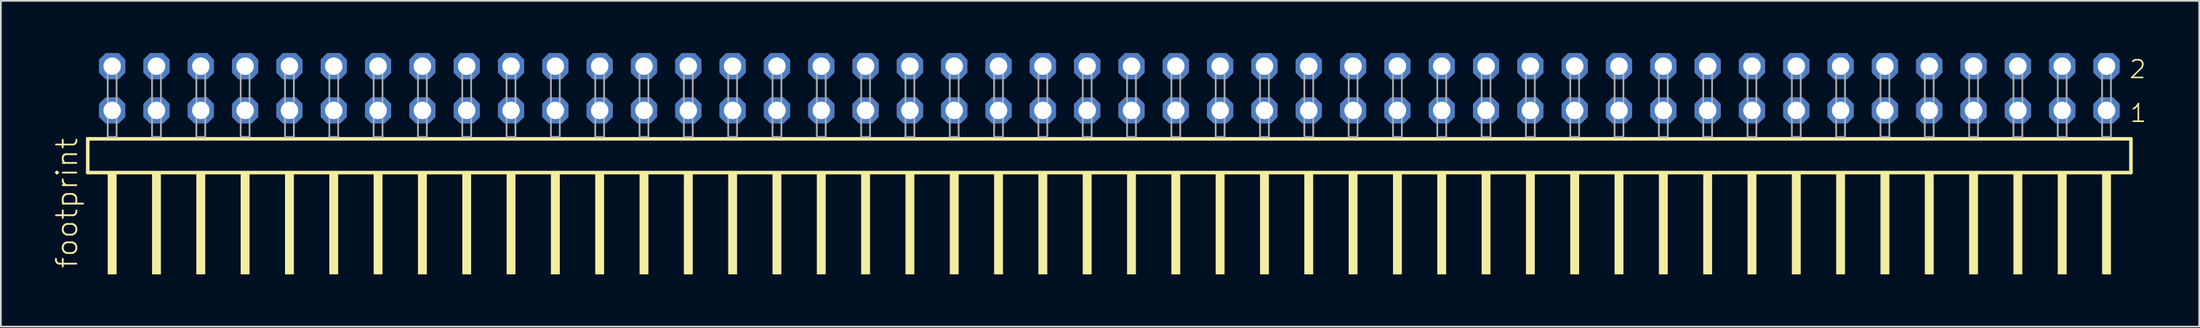
<source format=kicad_pcb>
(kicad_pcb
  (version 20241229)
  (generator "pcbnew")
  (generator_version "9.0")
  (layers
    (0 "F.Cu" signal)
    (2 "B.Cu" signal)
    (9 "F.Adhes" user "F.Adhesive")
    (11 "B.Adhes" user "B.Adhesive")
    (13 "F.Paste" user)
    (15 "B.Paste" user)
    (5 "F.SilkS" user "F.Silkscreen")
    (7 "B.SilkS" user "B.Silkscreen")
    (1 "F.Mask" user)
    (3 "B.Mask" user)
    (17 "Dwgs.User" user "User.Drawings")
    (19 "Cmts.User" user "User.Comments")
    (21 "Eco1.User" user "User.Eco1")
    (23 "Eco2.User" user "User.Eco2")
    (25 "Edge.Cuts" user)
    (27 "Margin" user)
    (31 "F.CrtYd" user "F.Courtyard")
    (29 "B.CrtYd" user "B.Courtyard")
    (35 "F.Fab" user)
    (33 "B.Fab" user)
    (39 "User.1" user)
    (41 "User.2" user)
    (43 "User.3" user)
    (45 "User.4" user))
  (footprint "footprint"
    (layer "F.Cu")
    (at 60.528 4.814)
    (property "Reference" "footprint" (at -59.055 7.62 90) (layer "F.SilkS") (effects (font (size 1.168 1.168) (thickness 0.102)) (justify left bottom)))
    (fp_line (start -58.549 0.106) (end -58.549 2.046) (stroke (width 0.203) (type solid)) (layer "F.SilkS"))
    (fp_line (start -58.549 2.046) (end 58.549 2.046) (stroke (width 0.203) (type solid)) (layer "F.SilkS"))
    (fp_line (start 58.549 0.106) (end -58.549 0.106) (stroke (width 0.203) (type solid)) (layer "F.SilkS"))
    (fp_line (start 58.549 2.046) (end 58.549 0.106) (stroke (width 0.203) (type solid)) (layer "F.SilkS"))
    (fp_poly (pts (xy -57.404 7.89) (xy -56.896 7.89) (xy -56.896 2.04) (xy -57.404 2.04)) (stroke (width 0) (type solid)) (fill yes) (layer "F.SilkS"))
    (fp_poly (pts (xy -54.864 7.89) (xy -54.356 7.89) (xy -54.356 2.04) (xy -54.864 2.04)) (stroke (width 0) (type solid)) (fill yes) (layer "F.SilkS"))
    (fp_poly (pts (xy -52.324 7.89) (xy -51.816 7.89) (xy -51.816 2.04) (xy -52.324 2.04)) (stroke (width 0) (type solid)) (fill yes) (layer "F.SilkS"))
    (fp_poly (pts (xy -49.784 7.89) (xy -49.276 7.89) (xy -49.276 2.04) (xy -49.784 2.04)) (stroke (width 0) (type solid)) (fill yes) (layer "F.SilkS"))
    (fp_poly (pts (xy -47.244 7.89) (xy -46.736 7.89) (xy -46.736 2.04) (xy -47.244 2.04)) (stroke (width 0) (type solid)) (fill yes) (layer "F.SilkS"))
    (fp_poly (pts (xy -44.704 7.89) (xy -44.196 7.89) (xy -44.196 2.04) (xy -44.704 2.04)) (stroke (width 0) (type solid)) (fill yes) (layer "F.SilkS"))
    (fp_poly (pts (xy -42.164 7.89) (xy -41.656 7.89) (xy -41.656 2.04) (xy -42.164 2.04)) (stroke (width 0) (type solid)) (fill yes) (layer "F.SilkS"))
    (fp_poly (pts (xy -39.624 7.89) (xy -39.116 7.89) (xy -39.116 2.04) (xy -39.624 2.04)) (stroke (width 0) (type solid)) (fill yes) (layer "F.SilkS"))
    (fp_poly (pts (xy -37.084 7.89) (xy -36.576 7.89) (xy -36.576 2.04) (xy -37.084 2.04)) (stroke (width 0) (type solid)) (fill yes) (layer "F.SilkS"))
    (fp_poly (pts (xy -34.544 7.89) (xy -34.036 7.89) (xy -34.036 2.04) (xy -34.544 2.04)) (stroke (width 0) (type solid)) (fill yes) (layer "F.SilkS"))
    (fp_poly (pts (xy -32.004 7.89) (xy -31.496 7.89) (xy -31.496 2.04) (xy -32.004 2.04)) (stroke (width 0) (type solid)) (fill yes) (layer "F.SilkS"))
    (fp_poly (pts (xy -29.464 7.89) (xy -28.956 7.89) (xy -28.956 2.04) (xy -29.464 2.04)) (stroke (width 0) (type solid)) (fill yes) (layer "F.SilkS"))
    (fp_poly (pts (xy -26.924 7.89) (xy -26.416 7.89) (xy -26.416 2.04) (xy -26.924 2.04)) (stroke (width 0) (type solid)) (fill yes) (layer "F.SilkS"))
    (fp_poly (pts (xy -24.384 7.89) (xy -23.876 7.89) (xy -23.876 2.04) (xy -24.384 2.04)) (stroke (width 0) (type solid)) (fill yes) (layer "F.SilkS"))
    (fp_poly (pts (xy -21.844 7.89) (xy -21.336 7.89) (xy -21.336 2.04) (xy -21.844 2.04)) (stroke (width 0) (type solid)) (fill yes) (layer "F.SilkS"))
    (fp_poly (pts (xy -19.304 7.89) (xy -18.796 7.89) (xy -18.796 2.04) (xy -19.304 2.04)) (stroke (width 0) (type solid)) (fill yes) (layer "F.SilkS"))
    (fp_poly (pts (xy -16.764 7.89) (xy -16.256 7.89) (xy -16.256 2.04) (xy -16.764 2.04)) (stroke (width 0) (type solid)) (fill yes) (layer "F.SilkS"))
    (fp_poly (pts (xy -14.224 7.89) (xy -13.716 7.89) (xy -13.716 2.04) (xy -14.224 2.04)) (stroke (width 0) (type solid)) (fill yes) (layer "F.SilkS"))
    (fp_poly (pts (xy -11.684 7.89) (xy -11.176 7.89) (xy -11.176 2.04) (xy -11.684 2.04)) (stroke (width 0) (type solid)) (fill yes) (layer "F.SilkS"))
    (fp_poly (pts (xy -9.144 7.89) (xy -8.636 7.89) (xy -8.636 2.04) (xy -9.144 2.04)) (stroke (width 0) (type solid)) (fill yes) (layer "F.SilkS"))
    (fp_poly (pts (xy -6.604 7.89) (xy -6.096 7.89) (xy -6.096 2.04) (xy -6.604 2.04)) (stroke (width 0) (type solid)) (fill yes) (layer "F.SilkS"))
    (fp_poly (pts (xy -4.064 7.89) (xy -3.556 7.89) (xy -3.556 2.04) (xy -4.064 2.04)) (stroke (width 0) (type solid)) (fill yes) (layer "F.SilkS"))
    (fp_poly (pts (xy -1.524 7.89) (xy -1.016 7.89) (xy -1.016 2.04) (xy -1.524 2.04)) (stroke (width 0) (type solid)) (fill yes) (layer "F.SilkS"))
    (fp_poly (pts (xy 1.016 7.89) (xy 1.524 7.89) (xy 1.524 2.04) (xy 1.016 2.04)) (stroke (width 0) (type solid)) (fill yes) (layer "F.SilkS"))
    (fp_poly (pts (xy 3.556 7.89) (xy 4.064 7.89) (xy 4.064 2.04) (xy 3.556 2.04)) (stroke (width 0) (type solid)) (fill yes) (layer "F.SilkS"))
    (fp_poly (pts (xy 6.096 7.89) (xy 6.604 7.89) (xy 6.604 2.04) (xy 6.096 2.04)) (stroke (width 0) (type solid)) (fill yes) (layer "F.SilkS"))
    (fp_poly (pts (xy 8.636 7.89) (xy 9.144 7.89) (xy 9.144 2.04) (xy 8.636 2.04)) (stroke (width 0) (type solid)) (fill yes) (layer "F.SilkS"))
    (fp_poly (pts (xy 11.176 7.89) (xy 11.684 7.89) (xy 11.684 2.04) (xy 11.176 2.04)) (stroke (width 0) (type solid)) (fill yes) (layer "F.SilkS"))
    (fp_poly (pts (xy 13.716 7.89) (xy 14.224 7.89) (xy 14.224 2.04) (xy 13.716 2.04)) (stroke (width 0) (type solid)) (fill yes) (layer "F.SilkS"))
    (fp_poly (pts (xy 16.256 7.89) (xy 16.764 7.89) (xy 16.764 2.04) (xy 16.256 2.04)) (stroke (width 0) (type solid)) (fill yes) (layer "F.SilkS"))
    (fp_poly (pts (xy 18.796 7.89) (xy 19.304 7.89) (xy 19.304 2.04) (xy 18.796 2.04)) (stroke (width 0) (type solid)) (fill yes) (layer "F.SilkS"))
    (fp_poly (pts (xy 21.336 7.89) (xy 21.844 7.89) (xy 21.844 2.04) (xy 21.336 2.04)) (stroke (width 0) (type solid)) (fill yes) (layer "F.SilkS"))
    (fp_poly (pts (xy 23.876 7.89) (xy 24.384 7.89) (xy 24.384 2.04) (xy 23.876 2.04)) (stroke (width 0) (type solid)) (fill yes) (layer "F.SilkS"))
    (fp_poly (pts (xy 26.416 7.89) (xy 26.924 7.89) (xy 26.924 2.04) (xy 26.416 2.04)) (stroke (width 0) (type solid)) (fill yes) (layer "F.SilkS"))
    (fp_poly (pts (xy 28.956 7.89) (xy 29.464 7.89) (xy 29.464 2.04) (xy 28.956 2.04)) (stroke (width 0) (type solid)) (fill yes) (layer "F.SilkS"))
    (fp_poly (pts (xy 31.496 7.89) (xy 32.004 7.89) (xy 32.004 2.04) (xy 31.496 2.04)) (stroke (width 0) (type solid)) (fill yes) (layer "F.SilkS"))
    (fp_poly (pts (xy 34.036 7.89) (xy 34.544 7.89) (xy 34.544 2.04) (xy 34.036 2.04)) (stroke (width 0) (type solid)) (fill yes) (layer "F.SilkS"))
    (fp_poly (pts (xy 36.576 7.89) (xy 37.084 7.89) (xy 37.084 2.04) (xy 36.576 2.04)) (stroke (width 0) (type solid)) (fill yes) (layer "F.SilkS"))
    (fp_poly (pts (xy 39.116 7.89) (xy 39.624 7.89) (xy 39.624 2.04) (xy 39.116 2.04)) (stroke (width 0) (type solid)) (fill yes) (layer "F.SilkS"))
    (fp_poly (pts (xy 41.656 7.89) (xy 42.164 7.89) (xy 42.164 2.04) (xy 41.656 2.04)) (stroke (width 0) (type solid)) (fill yes) (layer "F.SilkS"))
    (fp_poly (pts (xy 44.196 7.89) (xy 44.704 7.89) (xy 44.704 2.04) (xy 44.196 2.04)) (stroke (width 0) (type solid)) (fill yes) (layer "F.SilkS"))
    (fp_poly (pts (xy 46.736 7.89) (xy 47.244 7.89) (xy 47.244 2.04) (xy 46.736 2.04)) (stroke (width 0) (type solid)) (fill yes) (layer "F.SilkS"))
    (fp_poly (pts (xy 49.276 7.89) (xy 49.784 7.89) (xy 49.784 2.04) (xy 49.276 2.04)) (stroke (width 0) (type solid)) (fill yes) (layer "F.SilkS"))
    (fp_poly (pts (xy 51.816 7.89) (xy 52.324 7.89) (xy 52.324 2.04) (xy 51.816 2.04)) (stroke (width 0) (type solid)) (fill yes) (layer "F.SilkS"))
    (fp_poly (pts (xy 54.356 7.89) (xy 54.864 7.89) (xy 54.864 2.04) (xy 54.356 2.04)) (stroke (width 0) (type solid)) (fill yes) (layer "F.SilkS"))
    (fp_poly (pts (xy 56.896 7.89) (xy 57.404 7.89) (xy 57.404 2.04) (xy 56.896 2.04)) (stroke (width 0) (type solid)) (fill yes) (layer "F.SilkS"))
    (fp_poly (pts (xy -57.404 0) (xy -56.896 0) (xy -56.896 -4.318) (xy -57.404 -4.318)) (stroke (width 0.1) (type solid)) (fill no) (layer "F.Fab"))
    (fp_poly (pts (xy -54.864 0) (xy -54.356 0) (xy -54.356 -4.318) (xy -54.864 -4.318)) (stroke (width 0.1) (type solid)) (fill no) (layer "F.Fab"))
    (fp_poly (pts (xy -52.324 0) (xy -51.816 0) (xy -51.816 -4.318) (xy -52.324 -4.318)) (stroke (width 0.1) (type solid)) (fill no) (layer "F.Fab"))
    (fp_poly (pts (xy -49.784 0) (xy -49.276 0) (xy -49.276 -4.318) (xy -49.784 -4.318)) (stroke (width 0.1) (type solid)) (fill no) (layer "F.Fab"))
    (fp_poly (pts (xy -47.244 0) (xy -46.736 0) (xy -46.736 -4.318) (xy -47.244 -4.318)) (stroke (width 0.1) (type solid)) (fill no) (layer "F.Fab"))
    (fp_poly (pts (xy -44.704 0) (xy -44.196 0) (xy -44.196 -4.318) (xy -44.704 -4.318)) (stroke (width 0.1) (type solid)) (fill no) (layer "F.Fab"))
    (fp_poly (pts (xy -42.164 0) (xy -41.656 0) (xy -41.656 -4.318) (xy -42.164 -4.318)) (stroke (width 0.1) (type solid)) (fill no) (layer "F.Fab"))
    (fp_poly (pts (xy -39.624 0) (xy -39.116 0) (xy -39.116 -4.318) (xy -39.624 -4.318)) (stroke (width 0.1) (type solid)) (fill no) (layer "F.Fab"))
    (fp_poly (pts (xy -37.084 0) (xy -36.576 0) (xy -36.576 -4.318) (xy -37.084 -4.318)) (stroke (width 0.1) (type solid)) (fill no) (layer "F.Fab"))
    (fp_poly (pts (xy -34.544 0) (xy -34.036 0) (xy -34.036 -4.318) (xy -34.544 -4.318)) (stroke (width 0.1) (type solid)) (fill no) (layer "F.Fab"))
    (fp_poly (pts (xy -32.004 0) (xy -31.496 0) (xy -31.496 -4.318) (xy -32.004 -4.318)) (stroke (width 0.1) (type solid)) (fill no) (layer "F.Fab"))
    (fp_poly (pts (xy -29.464 0) (xy -28.956 0) (xy -28.956 -4.318) (xy -29.464 -4.318)) (stroke (width 0.1) (type solid)) (fill no) (layer "F.Fab"))
    (fp_poly (pts (xy -26.924 0) (xy -26.416 0) (xy -26.416 -4.318) (xy -26.924 -4.318)) (stroke (width 0.1) (type solid)) (fill no) (layer "F.Fab"))
    (fp_poly (pts (xy -24.384 0) (xy -23.876 0) (xy -23.876 -4.318) (xy -24.384 -4.318)) (stroke (width 0.1) (type solid)) (fill no) (layer "F.Fab"))
    (fp_poly (pts (xy -21.844 0) (xy -21.336 0) (xy -21.336 -4.318) (xy -21.844 -4.318)) (stroke (width 0.1) (type solid)) (fill no) (layer "F.Fab"))
    (fp_poly (pts (xy -19.304 0) (xy -18.796 0) (xy -18.796 -4.318) (xy -19.304 -4.318)) (stroke (width 0.1) (type solid)) (fill no) (layer "F.Fab"))
    (fp_poly (pts (xy -16.764 0) (xy -16.256 0) (xy -16.256 -4.318) (xy -16.764 -4.318)) (stroke (width 0.1) (type solid)) (fill no) (layer "F.Fab"))
    (fp_poly (pts (xy -14.224 0) (xy -13.716 0) (xy -13.716 -4.318) (xy -14.224 -4.318)) (stroke (width 0.1) (type solid)) (fill no) (layer "F.Fab"))
    (fp_poly (pts (xy -11.684 0) (xy -11.176 0) (xy -11.176 -4.318) (xy -11.684 -4.318)) (stroke (width 0.1) (type solid)) (fill no) (layer "F.Fab"))
    (fp_poly (pts (xy -9.144 0) (xy -8.636 0) (xy -8.636 -4.318) (xy -9.144 -4.318)) (stroke (width 0.1) (type solid)) (fill no) (layer "F.Fab"))
    (fp_poly (pts (xy -6.604 0) (xy -6.096 0) (xy -6.096 -4.318) (xy -6.604 -4.318)) (stroke (width 0.1) (type solid)) (fill no) (layer "F.Fab"))
    (fp_poly (pts (xy -4.064 0) (xy -3.556 0) (xy -3.556 -4.318) (xy -4.064 -4.318)) (stroke (width 0.1) (type solid)) (fill no) (layer "F.Fab"))
    (fp_poly (pts (xy -1.524 0) (xy -1.016 0) (xy -1.016 -4.318) (xy -1.524 -4.318)) (stroke (width 0.1) (type solid)) (fill no) (layer "F.Fab"))
    (fp_poly (pts (xy 1.016 0) (xy 1.524 0) (xy 1.524 -4.318) (xy 1.016 -4.318)) (stroke (width 0.1) (type solid)) (fill no) (layer "F.Fab"))
    (fp_poly (pts (xy 3.556 0) (xy 4.064 0) (xy 4.064 -4.318) (xy 3.556 -4.318)) (stroke (width 0.1) (type solid)) (fill no) (layer "F.Fab"))
    (fp_poly (pts (xy 6.096 0) (xy 6.604 0) (xy 6.604 -4.318) (xy 6.096 -4.318)) (stroke (width 0.1) (type solid)) (fill no) (layer "F.Fab"))
    (fp_poly (pts (xy 8.636 0) (xy 9.144 0) (xy 9.144 -4.318) (xy 8.636 -4.318)) (stroke (width 0.1) (type solid)) (fill no) (layer "F.Fab"))
    (fp_poly (pts (xy 11.176 0) (xy 11.684 0) (xy 11.684 -4.318) (xy 11.176 -4.318)) (stroke (width 0.1) (type solid)) (fill no) (layer "F.Fab"))
    (fp_poly (pts (xy 13.716 0) (xy 14.224 0) (xy 14.224 -4.318) (xy 13.716 -4.318)) (stroke (width 0.1) (type solid)) (fill no) (layer "F.Fab"))
    (fp_poly (pts (xy 16.256 0) (xy 16.764 0) (xy 16.764 -4.318) (xy 16.256 -4.318)) (stroke (width 0.1) (type solid)) (fill no) (layer "F.Fab"))
    (fp_poly (pts (xy 18.796 0) (xy 19.304 0) (xy 19.304 -4.318) (xy 18.796 -4.318)) (stroke (width 0.1) (type solid)) (fill no) (layer "F.Fab"))
    (fp_poly (pts (xy 21.336 0) (xy 21.844 0) (xy 21.844 -4.318) (xy 21.336 -4.318)) (stroke (width 0.1) (type solid)) (fill no) (layer "F.Fab"))
    (fp_poly (pts (xy 23.876 0) (xy 24.384 0) (xy 24.384 -4.318) (xy 23.876 -4.318)) (stroke (width 0.1) (type solid)) (fill no) (layer "F.Fab"))
    (fp_poly (pts (xy 26.416 0) (xy 26.924 0) (xy 26.924 -4.318) (xy 26.416 -4.318)) (stroke (width 0.1) (type solid)) (fill no) (layer "F.Fab"))
    (fp_poly (pts (xy 28.956 0) (xy 29.464 0) (xy 29.464 -4.318) (xy 28.956 -4.318)) (stroke (width 0.1) (type solid)) (fill no) (layer "F.Fab"))
    (fp_poly (pts (xy 31.496 0) (xy 32.004 0) (xy 32.004 -4.318) (xy 31.496 -4.318)) (stroke (width 0.1) (type solid)) (fill no) (layer "F.Fab"))
    (fp_poly (pts (xy 34.036 0) (xy 34.544 0) (xy 34.544 -4.318) (xy 34.036 -4.318)) (stroke (width 0.1) (type solid)) (fill no) (layer "F.Fab"))
    (fp_poly (pts (xy 36.576 0) (xy 37.084 0) (xy 37.084 -4.318) (xy 36.576 -4.318)) (stroke (width 0.1) (type solid)) (fill no) (layer "F.Fab"))
    (fp_poly (pts (xy 39.116 0) (xy 39.624 0) (xy 39.624 -4.318) (xy 39.116 -4.318)) (stroke (width 0.1) (type solid)) (fill no) (layer "F.Fab"))
    (fp_poly (pts (xy 41.656 0) (xy 42.164 0) (xy 42.164 -4.318) (xy 41.656 -4.318)) (stroke (width 0.1) (type solid)) (fill no) (layer "F.Fab"))
    (fp_poly (pts (xy 44.196 0) (xy 44.704 0) (xy 44.704 -4.318) (xy 44.196 -4.318)) (stroke (width 0.1) (type solid)) (fill no) (layer "F.Fab"))
    (fp_poly (pts (xy 46.736 0) (xy 47.244 0) (xy 47.244 -4.318) (xy 46.736 -4.318)) (stroke (width 0.1) (type solid)) (fill no) (layer "F.Fab"))
    (fp_poly (pts (xy 49.276 0) (xy 49.784 0) (xy 49.784 -4.318) (xy 49.276 -4.318)) (stroke (width 0.1) (type solid)) (fill no) (layer "F.Fab"))
    (fp_poly (pts (xy 51.816 0) (xy 52.324 0) (xy 52.324 -4.318) (xy 51.816 -4.318)) (stroke (width 0.1) (type solid)) (fill no) (layer "F.Fab"))
    (fp_poly (pts (xy 54.356 0) (xy 54.864 0) (xy 54.864 -4.318) (xy 54.356 -4.318)) (stroke (width 0.1) (type solid)) (fill no) (layer "F.Fab"))
    (fp_poly (pts (xy 56.896 0) (xy 57.404 0) (xy 57.404 -4.318) (xy 56.896 -4.318)) (stroke (width 0.1) (type solid)) (fill no) (layer "F.Fab"))
    (fp_text user "1" (at 58.435 -0.775 0) (layer "F.SilkS") (effects (font (size 1.012 1.012) (thickness 0.088)) (justify left bottom)))
    (fp_text user "2" (at 58.4 -3.29 0) (layer "F.SilkS") (effects (font (size 1.012 1.012) (thickness 0.088)) (justify left bottom)))
    (pad "1" thru_hole roundrect (at 57.15 -1.524 180) (size 1.5 1.5) (drill 1) (layers "*.Cu" "*.Mask") (roundrect_rratio 0.25) (chamfer_ratio 0.25) (chamfer top_left top_right bottom_left bottom_right))
    (pad "2" thru_hole roundrect (at 57.15 -4.064 180) (size 1.5 1.5) (drill 1) (layers "*.Cu" "*.Mask") (roundrect_rratio 0.25) (chamfer_ratio 0.25) (chamfer top_left top_right bottom_left bottom_right))
    (pad "3" thru_hole roundrect (at 54.61 -1.524 180) (size 1.5 1.5) (drill 1) (layers "*.Cu" "*.Mask") (roundrect_rratio 0.25) (chamfer_ratio 0.25) (chamfer top_left top_right bottom_left bottom_right))
    (pad "4" thru_hole roundrect (at 54.61 -4.064 180) (size 1.5 1.5) (drill 1) (layers "*.Cu" "*.Mask") (roundrect_rratio 0.25) (chamfer_ratio 0.25) (chamfer top_left top_right bottom_left bottom_right))
    (pad "5" thru_hole roundrect (at 52.07 -1.524 180) (size 1.5 1.5) (drill 1) (layers "*.Cu" "*.Mask") (roundrect_rratio 0.25) (chamfer_ratio 0.25) (chamfer top_left top_right bottom_left bottom_right))
    (pad "6" thru_hole roundrect (at 52.07 -4.064 180) (size 1.5 1.5) (drill 1) (layers "*.Cu" "*.Mask") (roundrect_rratio 0.25) (chamfer_ratio 0.25) (chamfer top_left top_right bottom_left bottom_right))
    (pad "7" thru_hole roundrect (at 49.53 -1.524 180) (size 1.5 1.5) (drill 1) (layers "*.Cu" "*.Mask") (roundrect_rratio 0.25) (chamfer_ratio 0.25) (chamfer top_left top_right bottom_left bottom_right))
    (pad "8" thru_hole roundrect (at 49.53 -4.064 180) (size 1.5 1.5) (drill 1) (layers "*.Cu" "*.Mask") (roundrect_rratio 0.25) (chamfer_ratio 0.25) (chamfer top_left top_right bottom_left bottom_right))
    (pad "9" thru_hole roundrect (at 46.99 -1.524 180) (size 1.5 1.5) (drill 1) (layers "*.Cu" "*.Mask") (roundrect_rratio 0.25) (chamfer_ratio 0.25) (chamfer top_left top_right bottom_left bottom_right))
    (pad "10" thru_hole roundrect (at 46.99 -4.064 180) (size 1.5 1.5) (drill 1) (layers "*.Cu" "*.Mask") (roundrect_rratio 0.25) (chamfer_ratio 0.25) (chamfer top_left top_right bottom_left bottom_right))
    (pad "11" thru_hole roundrect (at 44.45 -1.524 180) (size 1.5 1.5) (drill 1) (layers "*.Cu" "*.Mask") (roundrect_rratio 0.25) (chamfer_ratio 0.25) (chamfer top_left top_right bottom_left bottom_right))
    (pad "12" thru_hole roundrect (at 44.45 -4.064 180) (size 1.5 1.5) (drill 1) (layers "*.Cu" "*.Mask") (roundrect_rratio 0.25) (chamfer_ratio 0.25) (chamfer top_left top_right bottom_left bottom_right))
    (pad "13" thru_hole roundrect (at 41.91 -1.524 180) (size 1.5 1.5) (drill 1) (layers "*.Cu" "*.Mask") (roundrect_rratio 0.25) (chamfer_ratio 0.25) (chamfer top_left top_right bottom_left bottom_right))
    (pad "14" thru_hole roundrect (at 41.91 -4.064 180) (size 1.5 1.5) (drill 1) (layers "*.Cu" "*.Mask") (roundrect_rratio 0.25) (chamfer_ratio 0.25) (chamfer top_left top_right bottom_left bottom_right))
    (pad "15" thru_hole roundrect (at 39.37 -1.524 180) (size 1.5 1.5) (drill 1) (layers "*.Cu" "*.Mask") (roundrect_rratio 0.25) (chamfer_ratio 0.25) (chamfer top_left top_right bottom_left bottom_right))
    (pad "16" thru_hole roundrect (at 39.37 -4.064 180) (size 1.5 1.5) (drill 1) (layers "*.Cu" "*.Mask") (roundrect_rratio 0.25) (chamfer_ratio 0.25) (chamfer top_left top_right bottom_left bottom_right))
    (pad "17" thru_hole roundrect (at 36.83 -1.524 180) (size 1.5 1.5) (drill 1) (layers "*.Cu" "*.Mask") (roundrect_rratio 0.25) (chamfer_ratio 0.25) (chamfer top_left top_right bottom_left bottom_right))
    (pad "18" thru_hole roundrect (at 36.83 -4.064 180) (size 1.5 1.5) (drill 1) (layers "*.Cu" "*.Mask") (roundrect_rratio 0.25) (chamfer_ratio 0.25) (chamfer top_left top_right bottom_left bottom_right))
    (pad "19" thru_hole roundrect (at 34.29 -1.524 180) (size 1.5 1.5) (drill 1) (layers "*.Cu" "*.Mask") (roundrect_rratio 0.25) (chamfer_ratio 0.25) (chamfer top_left top_right bottom_left bottom_right))
    (pad "20" thru_hole roundrect (at 34.29 -4.064 180) (size 1.5 1.5) (drill 1) (layers "*.Cu" "*.Mask") (roundrect_rratio 0.25) (chamfer_ratio 0.25) (chamfer top_left top_right bottom_left bottom_right))
    (pad "21" thru_hole roundrect (at 31.75 -1.524 180) (size 1.5 1.5) (drill 1) (layers "*.Cu" "*.Mask") (roundrect_rratio 0.25) (chamfer_ratio 0.25) (chamfer top_left top_right bottom_left bottom_right))
    (pad "22" thru_hole roundrect (at 31.75 -4.064 180) (size 1.5 1.5) (drill 1) (layers "*.Cu" "*.Mask") (roundrect_rratio 0.25) (chamfer_ratio 0.25) (chamfer top_left top_right bottom_left bottom_right))
    (pad "23" thru_hole roundrect (at 29.21 -1.524 180) (size 1.5 1.5) (drill 1) (layers "*.Cu" "*.Mask") (roundrect_rratio 0.25) (chamfer_ratio 0.25) (chamfer top_left top_right bottom_left bottom_right))
    (pad "24" thru_hole roundrect (at 29.21 -4.064 180) (size 1.5 1.5) (drill 1) (layers "*.Cu" "*.Mask") (roundrect_rratio 0.25) (chamfer_ratio 0.25) (chamfer top_left top_right bottom_left bottom_right))
    (pad "25" thru_hole roundrect (at 26.67 -1.524 180) (size 1.5 1.5) (drill 1) (layers "*.Cu" "*.Mask") (roundrect_rratio 0.25) (chamfer_ratio 0.25) (chamfer top_left top_right bottom_left bottom_right))
    (pad "26" thru_hole roundrect (at 26.67 -4.064 180) (size 1.5 1.5) (drill 1) (layers "*.Cu" "*.Mask") (roundrect_rratio 0.25) (chamfer_ratio 0.25) (chamfer top_left top_right bottom_left bottom_right))
    (pad "27" thru_hole roundrect (at 24.13 -1.524 180) (size 1.5 1.5) (drill 1) (layers "*.Cu" "*.Mask") (roundrect_rratio 0.25) (chamfer_ratio 0.25) (chamfer top_left top_right bottom_left bottom_right))
    (pad "28" thru_hole roundrect (at 24.13 -4.064 180) (size 1.5 1.5) (drill 1) (layers "*.Cu" "*.Mask") (roundrect_rratio 0.25) (chamfer_ratio 0.25) (chamfer top_left top_right bottom_left bottom_right))
    (pad "29" thru_hole roundrect (at 21.59 -1.524 180) (size 1.5 1.5) (drill 1) (layers "*.Cu" "*.Mask") (roundrect_rratio 0.25) (chamfer_ratio 0.25) (chamfer top_left top_right bottom_left bottom_right))
    (pad "30" thru_hole roundrect (at 21.59 -4.064 180) (size 1.5 1.5) (drill 1) (layers "*.Cu" "*.Mask") (roundrect_rratio 0.25) (chamfer_ratio 0.25) (chamfer top_left top_right bottom_left bottom_right))
    (pad "31" thru_hole roundrect (at 19.05 -1.524 180) (size 1.5 1.5) (drill 1) (layers "*.Cu" "*.Mask") (roundrect_rratio 0.25) (chamfer_ratio 0.25) (chamfer top_left top_right bottom_left bottom_right))
    (pad "32" thru_hole roundrect (at 19.05 -4.064 180) (size 1.5 1.5) (drill 1) (layers "*.Cu" "*.Mask") (roundrect_rratio 0.25) (chamfer_ratio 0.25) (chamfer top_left top_right bottom_left bottom_right))
    (pad "33" thru_hole roundrect (at 16.51 -1.524 180) (size 1.5 1.5) (drill 1) (layers "*.Cu" "*.Mask") (roundrect_rratio 0.25) (chamfer_ratio 0.25) (chamfer top_left top_right bottom_left bottom_right))
    (pad "34" thru_hole roundrect (at 16.51 -4.064 180) (size 1.5 1.5) (drill 1) (layers "*.Cu" "*.Mask") (roundrect_rratio 0.25) (chamfer_ratio 0.25) (chamfer top_left top_right bottom_left bottom_right))
    (pad "35" thru_hole roundrect (at 13.97 -1.524 180) (size 1.5 1.5) (drill 1) (layers "*.Cu" "*.Mask") (roundrect_rratio 0.25) (chamfer_ratio 0.25) (chamfer top_left top_right bottom_left bottom_right))
    (pad "36" thru_hole roundrect (at 13.97 -4.064 180) (size 1.5 1.5) (drill 1) (layers "*.Cu" "*.Mask") (roundrect_rratio 0.25) (chamfer_ratio 0.25) (chamfer top_left top_right bottom_left bottom_right))
    (pad "37" thru_hole roundrect (at 11.43 -1.524 180) (size 1.5 1.5) (drill 1) (layers "*.Cu" "*.Mask") (roundrect_rratio 0.25) (chamfer_ratio 0.25) (chamfer top_left top_right bottom_left bottom_right))
    (pad "38" thru_hole roundrect (at 11.43 -4.064 180) (size 1.5 1.5) (drill 1) (layers "*.Cu" "*.Mask") (roundrect_rratio 0.25) (chamfer_ratio 0.25) (chamfer top_left top_right bottom_left bottom_right))
    (pad "39" thru_hole roundrect (at 8.89 -1.524 180) (size 1.5 1.5) (drill 1) (layers "*.Cu" "*.Mask") (roundrect_rratio 0.25) (chamfer_ratio 0.25) (chamfer top_left top_right bottom_left bottom_right))
    (pad "40" thru_hole roundrect (at 8.89 -4.064 180) (size 1.5 1.5) (drill 1) (layers "*.Cu" "*.Mask") (roundrect_rratio 0.25) (chamfer_ratio 0.25) (chamfer top_left top_right bottom_left bottom_right))
    (pad "41" thru_hole roundrect (at 6.35 -1.524 180) (size 1.5 1.5) (drill 1) (layers "*.Cu" "*.Mask") (roundrect_rratio 0.25) (chamfer_ratio 0.25) (chamfer top_left top_right bottom_left bottom_right))
    (pad "42" thru_hole roundrect (at 6.35 -4.064 180) (size 1.5 1.5) (drill 1) (layers "*.Cu" "*.Mask") (roundrect_rratio 0.25) (chamfer_ratio 0.25) (chamfer top_left top_right bottom_left bottom_right))
    (pad "43" thru_hole roundrect (at 3.81 -1.524 180) (size 1.5 1.5) (drill 1) (layers "*.Cu" "*.Mask") (roundrect_rratio 0.25) (chamfer_ratio 0.25) (chamfer top_left top_right bottom_left bottom_right))
    (pad "44" thru_hole roundrect (at 3.81 -4.064 180) (size 1.5 1.5) (drill 1) (layers "*.Cu" "*.Mask") (roundrect_rratio 0.25) (chamfer_ratio 0.25) (chamfer top_left top_right bottom_left bottom_right))
    (pad "45" thru_hole roundrect (at 1.27 -1.524 180) (size 1.5 1.5) (drill 1) (layers "*.Cu" "*.Mask") (roundrect_rratio 0.25) (chamfer_ratio 0.25) (chamfer top_left top_right bottom_left bottom_right))
    (pad "46" thru_hole roundrect (at 1.27 -4.064 180) (size 1.5 1.5) (drill 1) (layers "*.Cu" "*.Mask") (roundrect_rratio 0.25) (chamfer_ratio 0.25) (chamfer top_left top_right bottom_left bottom_right))
    (pad "47" thru_hole roundrect (at -1.27 -1.524 180) (size 1.5 1.5) (drill 1) (layers "*.Cu" "*.Mask") (roundrect_rratio 0.25) (chamfer_ratio 0.25) (chamfer top_left top_right bottom_left bottom_right))
    (pad "48" thru_hole roundrect (at -1.27 -4.064 180) (size 1.5 1.5) (drill 1) (layers "*.Cu" "*.Mask") (roundrect_rratio 0.25) (chamfer_ratio 0.25) (chamfer top_left top_right bottom_left bottom_right))
    (pad "49" thru_hole roundrect (at -3.81 -1.524 180) (size 1.5 1.5) (drill 1) (layers "*.Cu" "*.Mask") (roundrect_rratio 0.25) (chamfer_ratio 0.25) (chamfer top_left top_right bottom_left bottom_right))
    (pad "50" thru_hole roundrect (at -3.81 -4.064 180) (size 1.5 1.5) (drill 1) (layers "*.Cu" "*.Mask") (roundrect_rratio 0.25) (chamfer_ratio 0.25) (chamfer top_left top_right bottom_left bottom_right))
    (pad "51" thru_hole roundrect (at -6.35 -1.524 180) (size 1.5 1.5) (drill 1) (layers "*.Cu" "*.Mask") (roundrect_rratio 0.25) (chamfer_ratio 0.25) (chamfer top_left top_right bottom_left bottom_right))
    (pad "52" thru_hole roundrect (at -6.35 -4.064 180) (size 1.5 1.5) (drill 1) (layers "*.Cu" "*.Mask") (roundrect_rratio 0.25) (chamfer_ratio 0.25) (chamfer top_left top_right bottom_left bottom_right))
    (pad "53" thru_hole roundrect (at -8.89 -1.524 180) (size 1.5 1.5) (drill 1) (layers "*.Cu" "*.Mask") (roundrect_rratio 0.25) (chamfer_ratio 0.25) (chamfer top_left top_right bottom_left bottom_right))
    (pad "54" thru_hole roundrect (at -8.89 -4.064 180) (size 1.5 1.5) (drill 1) (layers "*.Cu" "*.Mask") (roundrect_rratio 0.25) (chamfer_ratio 0.25) (chamfer top_left top_right bottom_left bottom_right))
    (pad "55" thru_hole roundrect (at -11.43 -1.524 180) (size 1.5 1.5) (drill 1) (layers "*.Cu" "*.Mask") (roundrect_rratio 0.25) (chamfer_ratio 0.25) (chamfer top_left top_right bottom_left bottom_right))
    (pad "56" thru_hole roundrect (at -11.43 -4.064 180) (size 1.5 1.5) (drill 1) (layers "*.Cu" "*.Mask") (roundrect_rratio 0.25) (chamfer_ratio 0.25) (chamfer top_left top_right bottom_left bottom_right))
    (pad "57" thru_hole roundrect (at -13.97 -1.524 180) (size 1.5 1.5) (drill 1) (layers "*.Cu" "*.Mask") (roundrect_rratio 0.25) (chamfer_ratio 0.25) (chamfer top_left top_right bottom_left bottom_right))
    (pad "58" thru_hole roundrect (at -13.97 -4.064 180) (size 1.5 1.5) (drill 1) (layers "*.Cu" "*.Mask") (roundrect_rratio 0.25) (chamfer_ratio 0.25) (chamfer top_left top_right bottom_left bottom_right))
    (pad "59" thru_hole roundrect (at -16.51 -1.524 180) (size 1.5 1.5) (drill 1) (layers "*.Cu" "*.Mask") (roundrect_rratio 0.25) (chamfer_ratio 0.25) (chamfer top_left top_right bottom_left bottom_right))
    (pad "60" thru_hole roundrect (at -16.51 -4.064 180) (size 1.5 1.5) (drill 1) (layers "*.Cu" "*.Mask") (roundrect_rratio 0.25) (chamfer_ratio 0.25) (chamfer top_left top_right bottom_left bottom_right))
    (pad "61" thru_hole roundrect (at -19.05 -1.524 180) (size 1.5 1.5) (drill 1) (layers "*.Cu" "*.Mask") (roundrect_rratio 0.25) (chamfer_ratio 0.25) (chamfer top_left top_right bottom_left bottom_right))
    (pad "62" thru_hole roundrect (at -19.05 -4.064 180) (size 1.5 1.5) (drill 1) (layers "*.Cu" "*.Mask") (roundrect_rratio 0.25) (chamfer_ratio 0.25) (chamfer top_left top_right bottom_left bottom_right))
    (pad "63" thru_hole roundrect (at -21.59 -1.524 180) (size 1.5 1.5) (drill 1) (layers "*.Cu" "*.Mask") (roundrect_rratio 0.25) (chamfer_ratio 0.25) (chamfer top_left top_right bottom_left bottom_right))
    (pad "64" thru_hole roundrect (at -21.59 -4.064 180) (size 1.5 1.5) (drill 1) (layers "*.Cu" "*.Mask") (roundrect_rratio 0.25) (chamfer_ratio 0.25) (chamfer top_left top_right bottom_left bottom_right))
    (pad "65" thru_hole roundrect (at -24.13 -1.524 180) (size 1.5 1.5) (drill 1) (layers "*.Cu" "*.Mask") (roundrect_rratio 0.25) (chamfer_ratio 0.25) (chamfer top_left top_right bottom_left bottom_right))
    (pad "66" thru_hole roundrect (at -24.13 -4.064 180) (size 1.5 1.5) (drill 1) (layers "*.Cu" "*.Mask") (roundrect_rratio 0.25) (chamfer_ratio 0.25) (chamfer top_left top_right bottom_left bottom_right))
    (pad "67" thru_hole roundrect (at -26.67 -1.524 180) (size 1.5 1.5) (drill 1) (layers "*.Cu" "*.Mask") (roundrect_rratio 0.25) (chamfer_ratio 0.25) (chamfer top_left top_right bottom_left bottom_right))
    (pad "68" thru_hole roundrect (at -26.67 -4.064 180) (size 1.5 1.5) (drill 1) (layers "*.Cu" "*.Mask") (roundrect_rratio 0.25) (chamfer_ratio 0.25) (chamfer top_left top_right bottom_left bottom_right))
    (pad "69" thru_hole roundrect (at -29.21 -1.524 180) (size 1.5 1.5) (drill 1) (layers "*.Cu" "*.Mask") (roundrect_rratio 0.25) (chamfer_ratio 0.25) (chamfer top_left top_right bottom_left bottom_right))
    (pad "70" thru_hole roundrect (at -29.21 -4.064 180) (size 1.5 1.5) (drill 1) (layers "*.Cu" "*.Mask") (roundrect_rratio 0.25) (chamfer_ratio 0.25) (chamfer top_left top_right bottom_left bottom_right))
    (pad "71" thru_hole roundrect (at -31.75 -1.524 180) (size 1.5 1.5) (drill 1) (layers "*.Cu" "*.Mask") (roundrect_rratio 0.25) (chamfer_ratio 0.25) (chamfer top_left top_right bottom_left bottom_right))
    (pad "72" thru_hole roundrect (at -31.75 -4.064 180) (size 1.5 1.5) (drill 1) (layers "*.Cu" "*.Mask") (roundrect_rratio 0.25) (chamfer_ratio 0.25) (chamfer top_left top_right bottom_left bottom_right))
    (pad "73" thru_hole roundrect (at -34.29 -1.524 180) (size 1.5 1.5) (drill 1) (layers "*.Cu" "*.Mask") (roundrect_rratio 0.25) (chamfer_ratio 0.25) (chamfer top_left top_right bottom_left bottom_right))
    (pad "74" thru_hole roundrect (at -34.29 -4.064 180) (size 1.5 1.5) (drill 1) (layers "*.Cu" "*.Mask") (roundrect_rratio 0.25) (chamfer_ratio 0.25) (chamfer top_left top_right bottom_left bottom_right))
    (pad "75" thru_hole roundrect (at -36.83 -1.524 180) (size 1.5 1.5) (drill 1) (layers "*.Cu" "*.Mask") (roundrect_rratio 0.25) (chamfer_ratio 0.25) (chamfer top_left top_right bottom_left bottom_right))
    (pad "76" thru_hole roundrect (at -36.83 -4.064 180) (size 1.5 1.5) (drill 1) (layers "*.Cu" "*.Mask") (roundrect_rratio 0.25) (chamfer_ratio 0.25) (chamfer top_left top_right bottom_left bottom_right))
    (pad "77" thru_hole roundrect (at -39.37 -1.524 180) (size 1.5 1.5) (drill 1) (layers "*.Cu" "*.Mask") (roundrect_rratio 0.25) (chamfer_ratio 0.25) (chamfer top_left top_right bottom_left bottom_right))
    (pad "78" thru_hole roundrect (at -39.37 -4.064 180) (size 1.5 1.5) (drill 1) (layers "*.Cu" "*.Mask") (roundrect_rratio 0.25) (chamfer_ratio 0.25) (chamfer top_left top_right bottom_left bottom_right))
    (pad "79" thru_hole roundrect (at -41.91 -1.524 180) (size 1.5 1.5) (drill 1) (layers "*.Cu" "*.Mask") (roundrect_rratio 0.25) (chamfer_ratio 0.25) (chamfer top_left top_right bottom_left bottom_right))
    (pad "80" thru_hole roundrect (at -41.91 -4.064 180) (size 1.5 1.5) (drill 1) (layers "*.Cu" "*.Mask") (roundrect_rratio 0.25) (chamfer_ratio 0.25) (chamfer top_left top_right bottom_left bottom_right))
    (pad "81" thru_hole roundrect (at -44.45 -1.524 180) (size 1.5 1.5) (drill 1) (layers "*.Cu" "*.Mask") (roundrect_rratio 0.25) (chamfer_ratio 0.25) (chamfer top_left top_right bottom_left bottom_right))
    (pad "82" thru_hole roundrect (at -44.45 -4.064 180) (size 1.5 1.5) (drill 1) (layers "*.Cu" "*.Mask") (roundrect_rratio 0.25) (chamfer_ratio 0.25) (chamfer top_left top_right bottom_left bottom_right))
    (pad "83" thru_hole roundrect (at -46.99 -1.524 180) (size 1.5 1.5) (drill 1) (layers "*.Cu" "*.Mask") (roundrect_rratio 0.25) (chamfer_ratio 0.25) (chamfer top_left top_right bottom_left bottom_right))
    (pad "84" thru_hole roundrect (at -46.99 -4.064 180) (size 1.5 1.5) (drill 1) (layers "*.Cu" "*.Mask") (roundrect_rratio 0.25) (chamfer_ratio 0.25) (chamfer top_left top_right bottom_left bottom_right))
    (pad "85" thru_hole roundrect (at -49.53 -1.524 180) (size 1.5 1.5) (drill 1) (layers "*.Cu" "*.Mask") (roundrect_rratio 0.25) (chamfer_ratio 0.25) (chamfer top_left top_right bottom_left bottom_right))
    (pad "86" thru_hole roundrect (at -49.53 -4.064 180) (size 1.5 1.5) (drill 1) (layers "*.Cu" "*.Mask") (roundrect_rratio 0.25) (chamfer_ratio 0.25) (chamfer top_left top_right bottom_left bottom_right))
    (pad "87" thru_hole roundrect (at -52.07 -1.524 180) (size 1.5 1.5) (drill 1) (layers "*.Cu" "*.Mask") (roundrect_rratio 0.25) (chamfer_ratio 0.25) (chamfer top_left top_right bottom_left bottom_right))
    (pad "88" thru_hole roundrect (at -52.07 -4.064 180) (size 1.5 1.5) (drill 1) (layers "*.Cu" "*.Mask") (roundrect_rratio 0.25) (chamfer_ratio 0.25) (chamfer top_left top_right bottom_left bottom_right))
    (pad "89" thru_hole roundrect (at -54.61 -1.524 180) (size 1.5 1.5) (drill 1) (layers "*.Cu" "*.Mask") (roundrect_rratio 0.25) (chamfer_ratio 0.25) (chamfer top_left top_right bottom_left bottom_right))
    (pad "90" thru_hole roundrect (at -54.61 -4.064 180) (size 1.5 1.5) (drill 1) (layers "*.Cu" "*.Mask") (roundrect_rratio 0.25) (chamfer_ratio 0.25) (chamfer top_left top_right bottom_left bottom_right))
    (pad "91" thru_hole roundrect (at -57.15 -1.524 180) (size 1.5 1.5) (drill 1) (layers "*.Cu" "*.Mask") (roundrect_rratio 0.25) (chamfer_ratio 0.25) (chamfer top_left top_right bottom_left bottom_right))
    (pad "92" thru_hole roundrect (at -57.15 -4.064 180) (size 1.5 1.5) (drill 1) (layers "*.Cu" "*.Mask") (roundrect_rratio 0.25) (chamfer_ratio 0.25) (chamfer top_left top_right bottom_left bottom_right)))
  (gr_rect
    (start -3 -3)
    (end 122.989 15.704)
    (stroke (width 0.1) (type default))
    (fill no)
    (layer "Edge.Cuts")))
</source>
